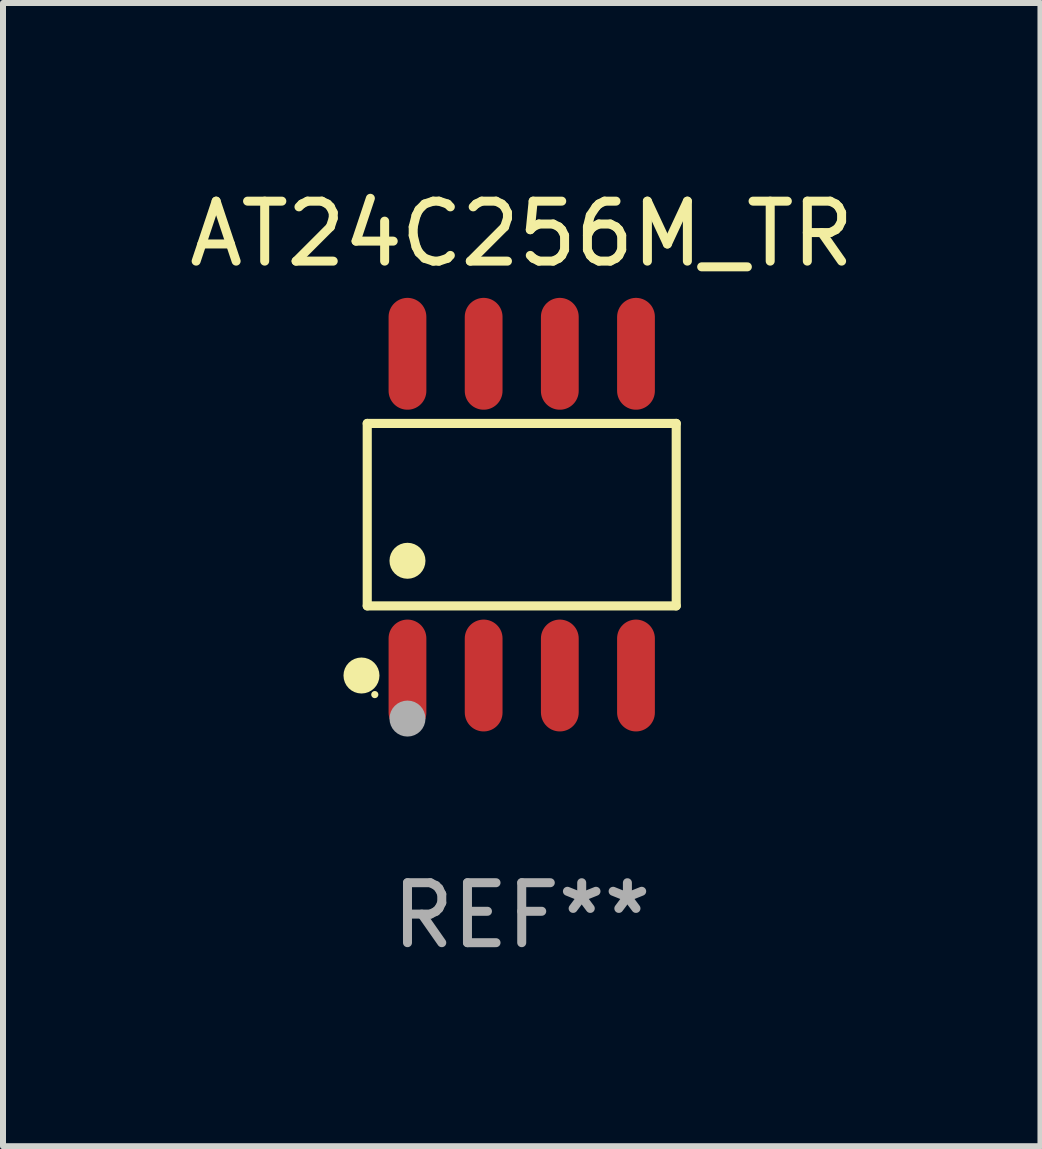
<source format=kicad_pcb>
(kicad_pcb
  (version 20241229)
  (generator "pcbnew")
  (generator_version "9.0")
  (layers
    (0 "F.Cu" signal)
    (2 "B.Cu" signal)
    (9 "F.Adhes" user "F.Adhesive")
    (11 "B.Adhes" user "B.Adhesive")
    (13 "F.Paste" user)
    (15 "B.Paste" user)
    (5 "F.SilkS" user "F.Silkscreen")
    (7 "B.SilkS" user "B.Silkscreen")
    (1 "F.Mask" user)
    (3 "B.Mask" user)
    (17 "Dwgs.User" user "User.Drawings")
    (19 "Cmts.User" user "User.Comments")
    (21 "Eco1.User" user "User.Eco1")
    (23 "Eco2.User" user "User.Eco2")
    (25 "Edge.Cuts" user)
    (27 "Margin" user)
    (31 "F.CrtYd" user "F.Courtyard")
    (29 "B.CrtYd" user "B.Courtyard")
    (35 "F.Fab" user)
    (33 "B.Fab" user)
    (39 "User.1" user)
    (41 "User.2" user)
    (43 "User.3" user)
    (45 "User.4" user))
  (footprint "AT24C256M_TR"
    (layer "F.Cu")
    (at 5.649 5.531)
    (property "Reference" "AT24C256M_TR" (at 0 -4.682 0) (layer "F.SilkS") (effects (font (size 1 1) (thickness 0.15))))
    (attr through_hole)
    (fp_line (start -2.576 -1.521) (end 2.576 -1.521) (stroke (width 0.152) (type solid)) (layer "F.SilkS"))
    (fp_line (start -2.576 1.521) (end -2.576 -1.521) (stroke (width 0.152) (type solid)) (layer "F.SilkS"))
    (fp_line (start 2.576 -1.521) (end 2.576 1.521) (stroke (width 0.152) (type solid)) (layer "F.SilkS"))
    (fp_line (start 2.576 1.521) (end -2.576 1.521) (stroke (width 0.152) (type solid)) (layer "F.SilkS"))
    (fp_circle (center -2.672 2.682) (end -2.522 2.682) (stroke (width 0.3) (type solid)) (fill no) (layer "F.SilkS"))
    (fp_circle (center -2.45 3) (end -2.42 3) (stroke (width 0.06) (type solid)) (fill no) (layer "F.SilkS"))
    (fp_circle (center -1.905 0.769) (end -1.755 0.769) (stroke (width 0.3) (type solid)) (fill no) (layer "F.SilkS"))
    (fp_circle (center -1.905 3.4) (end -1.755 3.4) (stroke (width 0.3) (type solid)) (fill no) (layer "F.Fab"))
    (fp_text user "REF**" (at 0 6.682 0) (layer "F.Fab") (effects (font (size 1 1) (thickness 0.15))))
    (pad "1" smd oval (at -1.905 2.682) (size 0.63 1.865) (layers "F.Cu" "F.Mask" "F.Paste"))
    (pad "2" smd oval (at -0.635 2.682) (size 0.63 1.865) (layers "F.Cu" "F.Mask" "F.Paste"))
    (pad "3" smd oval (at 0.635 2.682) (size 0.63 1.865) (layers "F.Cu" "F.Mask" "F.Paste"))
    (pad "4" smd oval (at 1.905 2.682) (size 0.63 1.865) (layers "F.Cu" "F.Mask" "F.Paste"))
    (pad "5" smd oval (at 1.905 -2.682) (size 0.63 1.865) (layers "F.Cu" "F.Mask" "F.Paste"))
    (pad "6" smd oval (at 0.635 -2.682) (size 0.63 1.865) (layers "F.Cu" "F.Mask" "F.Paste"))
    (pad "7" smd oval (at -0.635 -2.682) (size 0.63 1.865) (layers "F.Cu" "F.Mask" "F.Paste"))
    (pad "8" smd oval (at -1.905 -2.682) (size 0.63 1.865) (layers "F.Cu" "F.Mask" "F.Paste")))
  (gr_rect
    (start -3 -3)
    (end 14.298 16.061)
    (stroke (width 0.1) (type default))
    (fill no)
    (layer "Edge.Cuts")))
</source>
